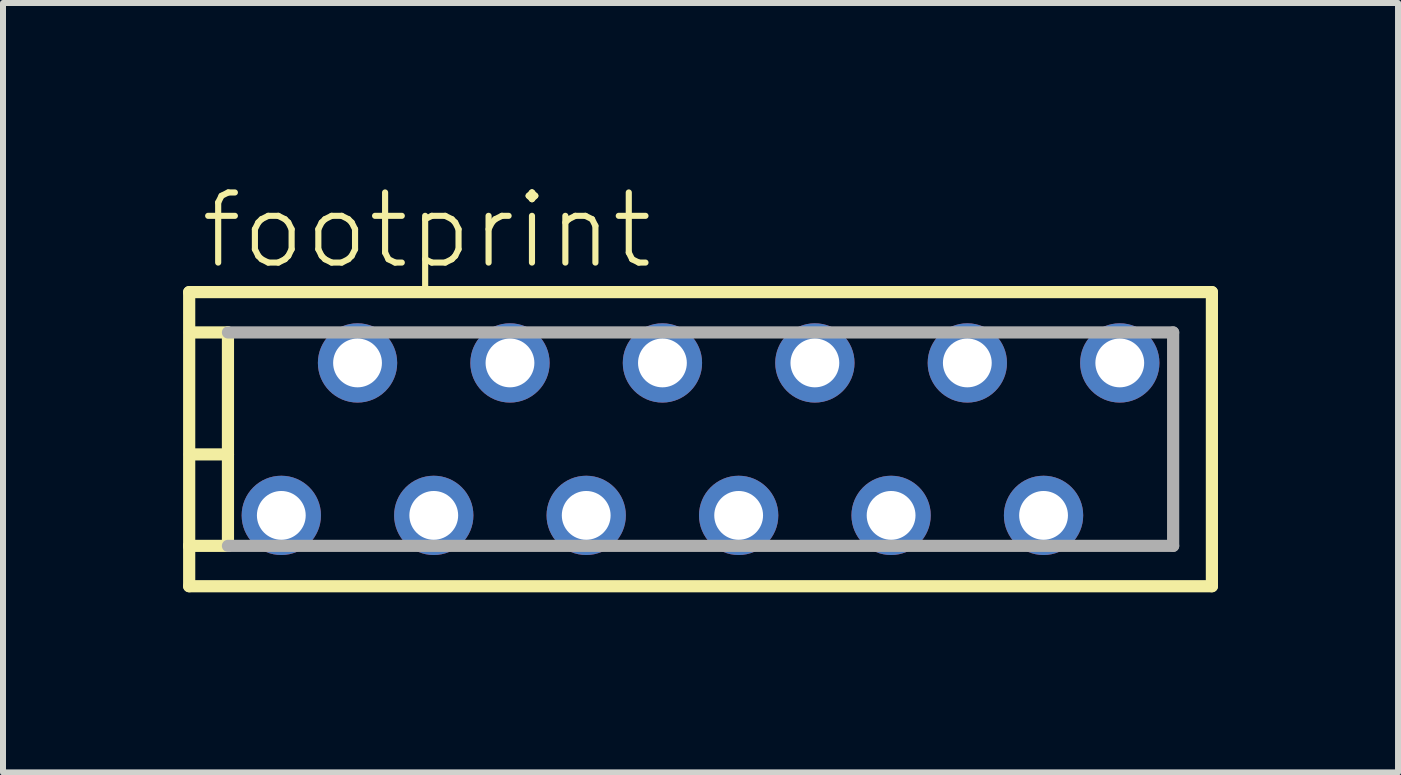
<source format=kicad_pcb>
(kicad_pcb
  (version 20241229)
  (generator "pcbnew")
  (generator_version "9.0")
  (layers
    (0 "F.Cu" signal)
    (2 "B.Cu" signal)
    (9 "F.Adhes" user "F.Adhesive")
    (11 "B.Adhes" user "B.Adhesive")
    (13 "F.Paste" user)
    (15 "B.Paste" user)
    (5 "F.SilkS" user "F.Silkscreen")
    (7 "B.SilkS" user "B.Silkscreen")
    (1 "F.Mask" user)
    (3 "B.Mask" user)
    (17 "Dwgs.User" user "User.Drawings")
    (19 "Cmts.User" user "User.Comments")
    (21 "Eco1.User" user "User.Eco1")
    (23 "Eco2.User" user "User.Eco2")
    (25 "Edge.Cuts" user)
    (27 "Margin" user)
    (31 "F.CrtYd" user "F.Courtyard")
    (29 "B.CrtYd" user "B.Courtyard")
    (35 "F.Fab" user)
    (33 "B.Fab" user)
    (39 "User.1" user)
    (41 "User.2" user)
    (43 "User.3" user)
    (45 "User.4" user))
  (footprint "footprint"
    (layer "F.Cu")
    (at 8.622 4.267)
    (property "Reference" "footprint" (at -8.382 -2.794 0) (layer "F.SilkS") (effects (font (size 1.168 1.168) (thickness 0.102)) (justify left bottom)))
    (fp_line (start -8.52 -2.45) (end -8.52 1.778) (stroke (width 0.203) (type solid)) (layer "F.SilkS"))
    (fp_line (start -8.52 1.778) (end -8.52 2.45) (stroke (width 0.203) (type solid)) (layer "F.SilkS"))
    (fp_line (start -8.52 2.45) (end 8.52 2.45) (stroke (width 0.203) (type solid)) (layer "F.SilkS"))
    (fp_line (start -8.509 -1.778) (end -7.874 -1.778) (stroke (width 0.203) (type solid)) (layer "F.SilkS"))
    (fp_line (start -8.509 0.254) (end -7.874 0.254) (stroke (width 0.203) (type solid)) (layer "F.SilkS"))
    (fp_line (start -7.874 -1.778) (end -7.874 0.254) (stroke (width 0.203) (type solid)) (layer "F.SilkS"))
    (fp_line (start -7.874 0.254) (end -7.874 1.778) (stroke (width 0.203) (type solid)) (layer "F.SilkS"))
    (fp_line (start -7.874 1.778) (end -8.52 1.778) (stroke (width 0.203) (type solid)) (layer "F.SilkS"))
    (fp_line (start 8.52 -2.45) (end -8.52 -2.45) (stroke (width 0.203) (type solid)) (layer "F.SilkS"))
    (fp_line (start 8.52 2.45) (end 8.52 -2.45) (stroke (width 0.203) (type solid)) (layer "F.SilkS"))
    (fp_line (start -7.874 -1.778) (end 7.874 -1.778) (stroke (width 0.203) (type solid)) (layer "F.Fab"))
    (fp_line (start 7.874 -1.778) (end 7.874 1.778) (stroke (width 0.203) (type solid)) (layer "F.Fab"))
    (fp_line (start 7.874 1.778) (end -7.874 1.778) (stroke (width 0.203) (type solid)) (layer "F.Fab"))
    (pad "1" thru_hole circle (at 6.985 -1.27) (size 1.321 1.321) (drill 0.813) (layers "*.Cu" "*.Mask"))
    (pad "2" thru_hole circle (at 5.715 1.27) (size 1.321 1.321) (drill 0.813) (layers "*.Cu" "*.Mask"))
    (pad "3" thru_hole circle (at 4.445 -1.27) (size 1.321 1.321) (drill 0.813) (layers "*.Cu" "*.Mask"))
    (pad "4" thru_hole circle (at 3.175 1.27) (size 1.321 1.321) (drill 0.813) (layers "*.Cu" "*.Mask"))
    (pad "5" thru_hole circle (at 1.905 -1.27) (size 1.321 1.321) (drill 0.813) (layers "*.Cu" "*.Mask"))
    (pad "6" thru_hole circle (at 0.635 1.27) (size 1.321 1.321) (drill 0.813) (layers "*.Cu" "*.Mask"))
    (pad "7" thru_hole circle (at -0.635 -1.27) (size 1.321 1.321) (drill 0.813) (layers "*.Cu" "*.Mask"))
    (pad "8" thru_hole circle (at -1.905 1.27) (size 1.321 1.321) (drill 0.813) (layers "*.Cu" "*.Mask"))
    (pad "9" thru_hole circle (at -3.175 -1.27) (size 1.321 1.321) (drill 0.813) (layers "*.Cu" "*.Mask"))
    (pad "10" thru_hole circle (at -4.445 1.27) (size 1.321 1.321) (drill 0.813) (layers "*.Cu" "*.Mask"))
    (pad "11" thru_hole circle (at -5.715 -1.27) (size 1.321 1.321) (drill 0.813) (layers "*.Cu" "*.Mask"))
    (pad "12" thru_hole circle (at -6.985 1.27) (size 1.321 1.321) (drill 0.813) (layers "*.Cu" "*.Mask")))
  (gr_rect
    (start -3 -3)
    (end 20.243 9.819)
    (stroke (width 0.1) (type default))
    (fill no)
    (layer "Edge.Cuts")))
</source>
